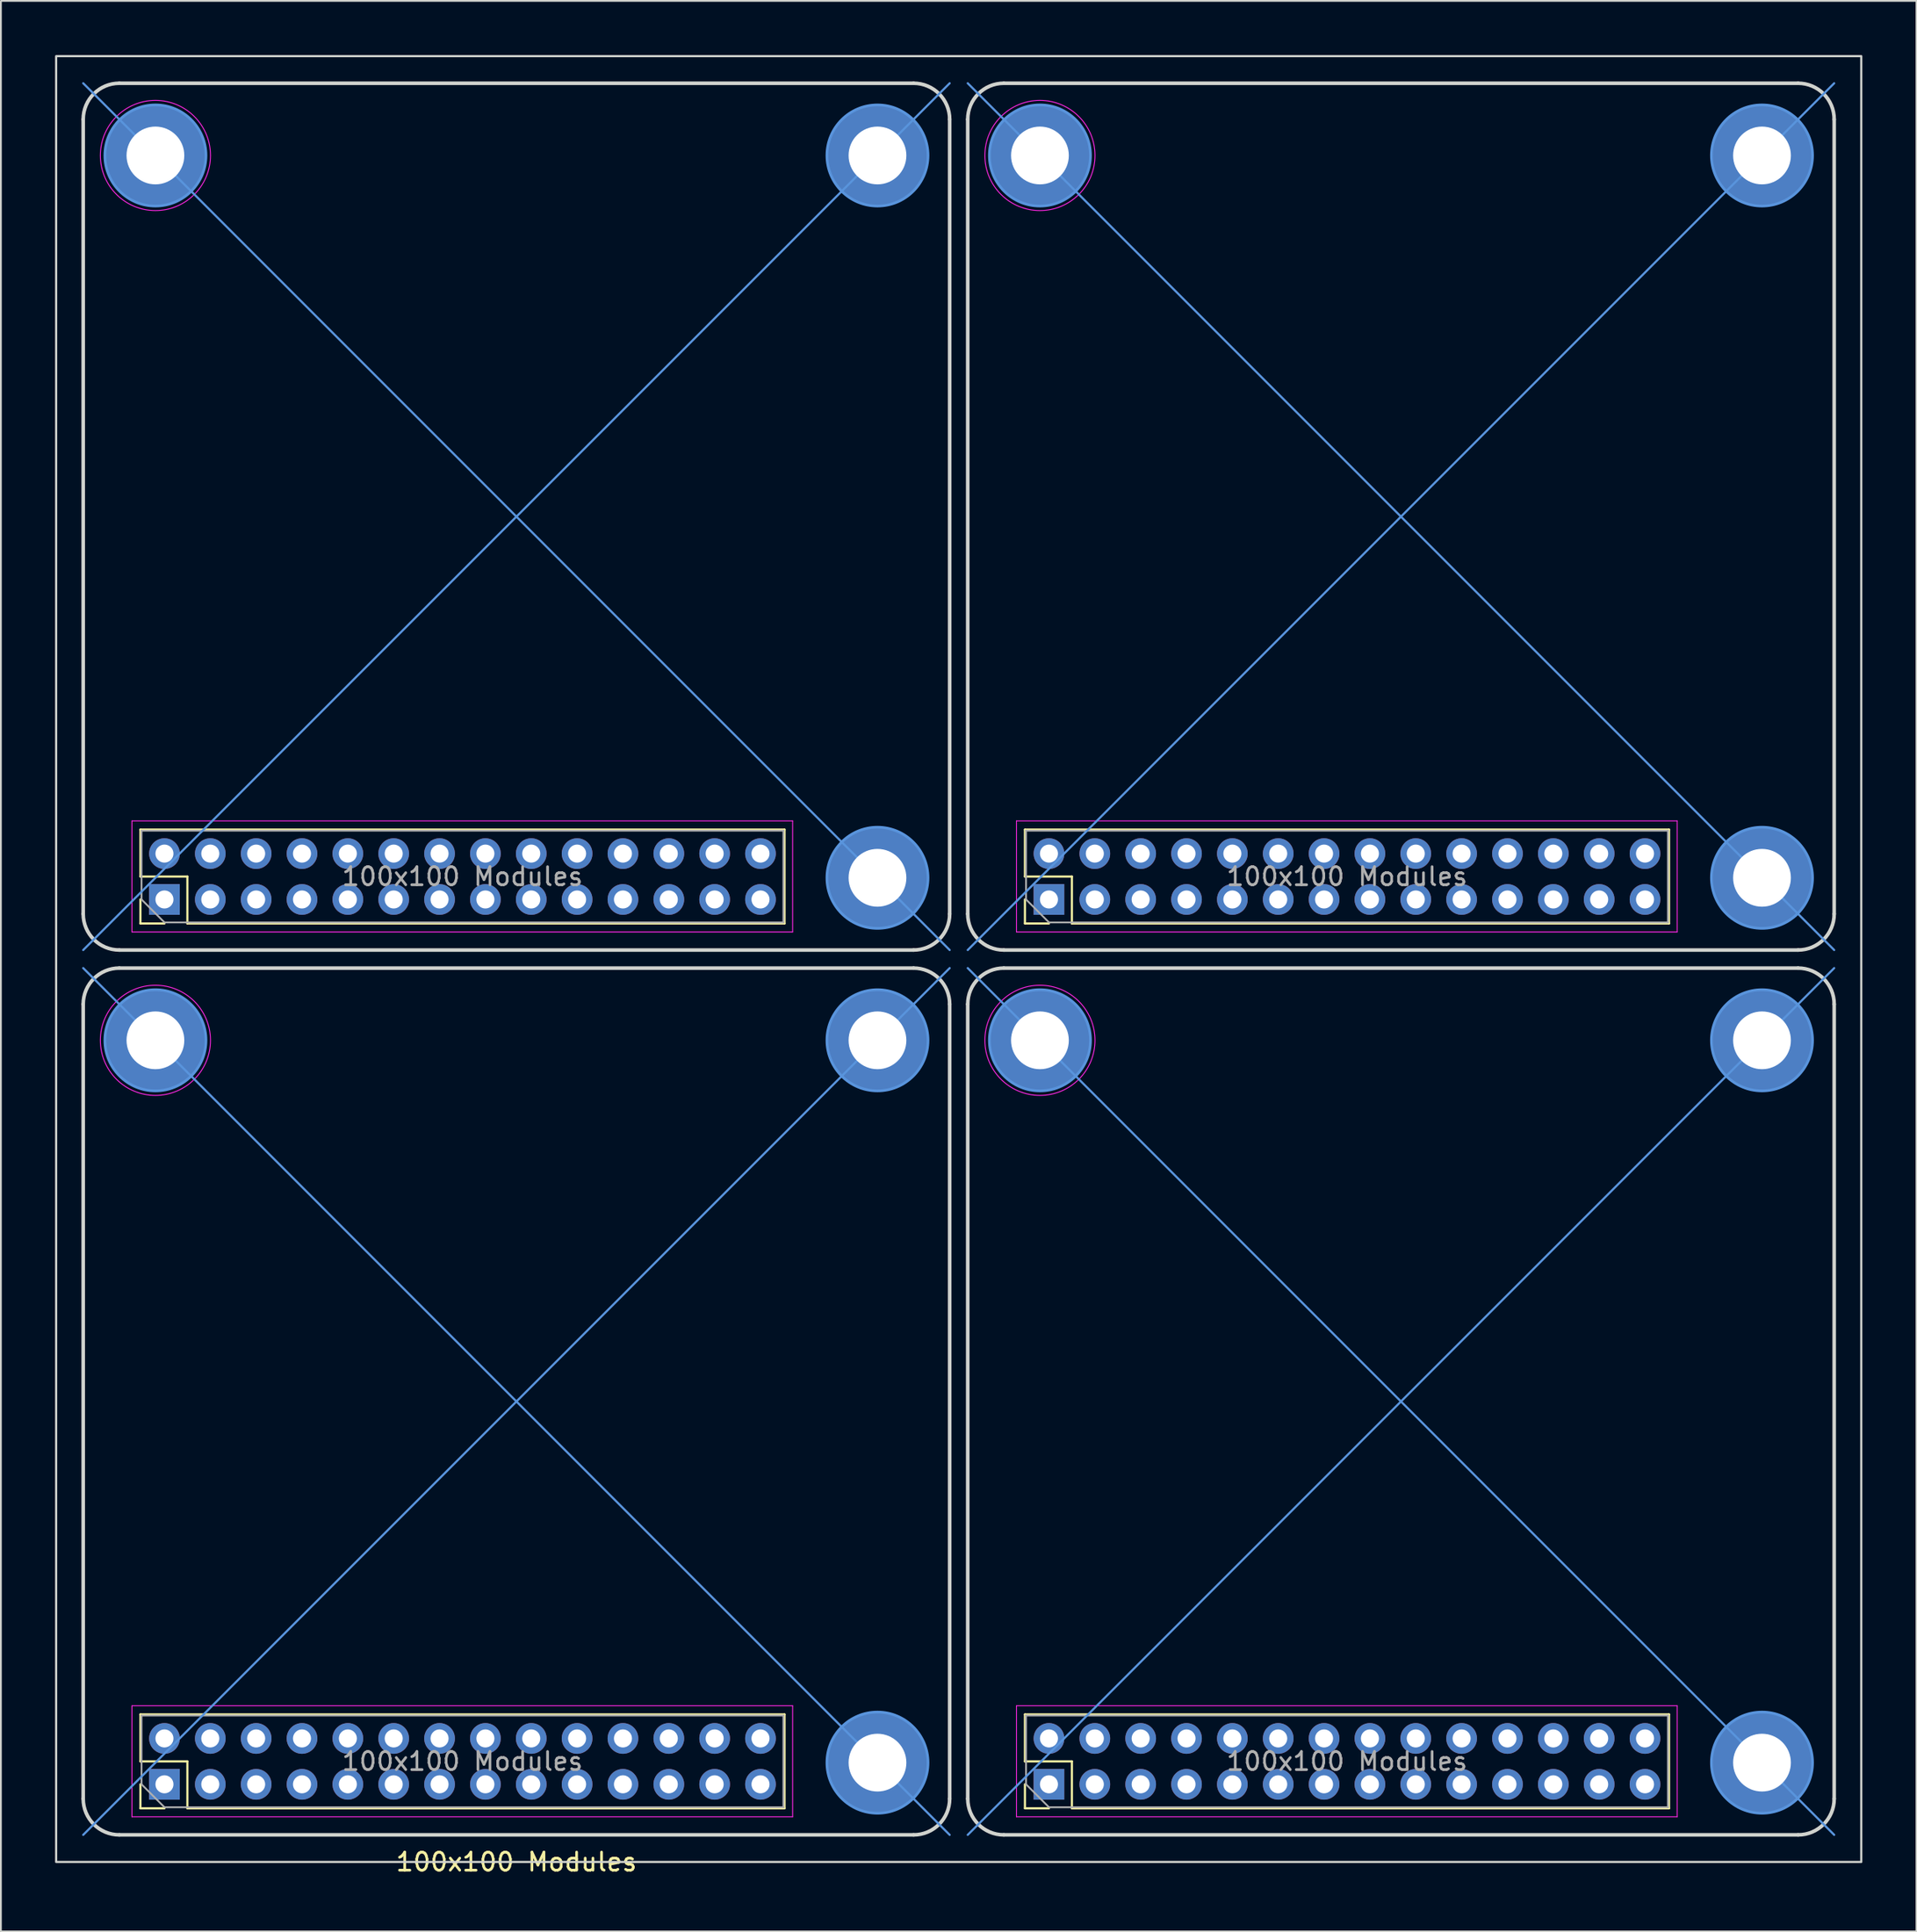
<source format=kicad_pcb>
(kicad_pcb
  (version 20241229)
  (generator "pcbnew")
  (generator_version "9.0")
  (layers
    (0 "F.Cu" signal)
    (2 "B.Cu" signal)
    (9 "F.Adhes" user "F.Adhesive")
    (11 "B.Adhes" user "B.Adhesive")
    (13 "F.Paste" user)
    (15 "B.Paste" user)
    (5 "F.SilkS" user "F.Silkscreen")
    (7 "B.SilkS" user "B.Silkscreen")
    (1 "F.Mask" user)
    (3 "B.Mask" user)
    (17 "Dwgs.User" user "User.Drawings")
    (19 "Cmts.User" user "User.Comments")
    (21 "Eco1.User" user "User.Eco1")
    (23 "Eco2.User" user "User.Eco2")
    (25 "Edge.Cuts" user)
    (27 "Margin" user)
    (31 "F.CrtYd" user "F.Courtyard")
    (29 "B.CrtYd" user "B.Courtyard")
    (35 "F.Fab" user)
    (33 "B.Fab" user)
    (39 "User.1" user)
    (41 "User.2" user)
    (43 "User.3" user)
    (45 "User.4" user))
  (footprint "100x100 Modules"
    (layer "F.Cu")
    (at 25.56 74.56)
    (property "Reference" "100x100 Modules" (at 0 25.5 0) (unlocked yes) (layer "F.SilkS") (effects (font (size 1 1) (thickness 0.15))))
    (fp_line (start -20.83 -31.67) (end 14.85 -31.67) (stroke (width 0.12) (type solid)) (layer "F.SilkS"))
    (fp_line (start -20.83 -29.07) (end -20.83 -31.67) (stroke (width 0.12) (type solid)) (layer "F.SilkS"))
    (fp_line (start -20.83 -26.47) (end -20.83 -27.8) (stroke (width 0.12) (type solid)) (layer "F.SilkS"))
    (fp_line (start -20.83 17.33) (end 14.85 17.33) (stroke (width 0.12) (type solid)) (layer "F.SilkS"))
    (fp_line (start -20.83 19.93) (end -20.83 17.33) (stroke (width 0.12) (type solid)) (layer "F.SilkS"))
    (fp_line (start -20.83 22.53) (end -20.83 21.2) (stroke (width 0.12) (type solid)) (layer "F.SilkS"))
    (fp_line (start -19.5 -26.47) (end -20.83 -26.47) (stroke (width 0.12) (type solid)) (layer "F.SilkS"))
    (fp_line (start -19.5 22.53) (end -20.83 22.53) (stroke (width 0.12) (type solid)) (layer "F.SilkS"))
    (fp_line (start -18.23 -29.07) (end -20.83 -29.07) (stroke (width 0.12) (type solid)) (layer "F.SilkS"))
    (fp_line (start -18.23 -26.47) (end -18.23 -29.07) (stroke (width 0.12) (type solid)) (layer "F.SilkS"))
    (fp_line (start -18.23 -26.47) (end 14.85 -26.47) (stroke (width 0.12) (type solid)) (layer "F.SilkS"))
    (fp_line (start -18.23 19.93) (end -20.83 19.93) (stroke (width 0.12) (type solid)) (layer "F.SilkS"))
    (fp_line (start -18.23 22.53) (end -18.23 19.93) (stroke (width 0.12) (type solid)) (layer "F.SilkS"))
    (fp_line (start -18.23 22.53) (end 14.85 22.53) (stroke (width 0.12) (type solid)) (layer "F.SilkS"))
    (fp_line (start 14.85 -26.47) (end 14.85 -31.67) (stroke (width 0.12) (type solid)) (layer "F.SilkS"))
    (fp_line (start 14.85 22.53) (end 14.85 17.33) (stroke (width 0.12) (type solid)) (layer "F.SilkS"))
    (fp_line (start 28.17 -31.67) (end 63.85 -31.67) (stroke (width 0.12) (type solid)) (layer "F.SilkS"))
    (fp_line (start 28.17 -29.07) (end 28.17 -31.67) (stroke (width 0.12) (type solid)) (layer "F.SilkS"))
    (fp_line (start 28.17 -26.47) (end 28.17 -27.8) (stroke (width 0.12) (type solid)) (layer "F.SilkS"))
    (fp_line (start 28.17 17.33) (end 63.85 17.33) (stroke (width 0.12) (type solid)) (layer "F.SilkS"))
    (fp_line (start 28.17 19.93) (end 28.17 17.33) (stroke (width 0.12) (type solid)) (layer "F.SilkS"))
    (fp_line (start 28.17 22.53) (end 28.17 21.2) (stroke (width 0.12) (type solid)) (layer "F.SilkS"))
    (fp_line (start 29.5 -26.47) (end 28.17 -26.47) (stroke (width 0.12) (type solid)) (layer "F.SilkS"))
    (fp_line (start 29.5 22.53) (end 28.17 22.53) (stroke (width 0.12) (type solid)) (layer "F.SilkS"))
    (fp_line (start 30.77 -29.07) (end 28.17 -29.07) (stroke (width 0.12) (type solid)) (layer "F.SilkS"))
    (fp_line (start 30.77 -26.47) (end 30.77 -29.07) (stroke (width 0.12) (type solid)) (layer "F.SilkS"))
    (fp_line (start 30.77 -26.47) (end 63.85 -26.47) (stroke (width 0.12) (type solid)) (layer "F.SilkS"))
    (fp_line (start 30.77 19.93) (end 28.17 19.93) (stroke (width 0.12) (type solid)) (layer "F.SilkS"))
    (fp_line (start 30.77 22.53) (end 30.77 19.93) (stroke (width 0.12) (type solid)) (layer "F.SilkS"))
    (fp_line (start 30.77 22.53) (end 63.85 22.53) (stroke (width 0.12) (type solid)) (layer "F.SilkS"))
    (fp_line (start 63.85 -26.47) (end 63.85 -31.67) (stroke (width 0.12) (type solid)) (layer "F.SilkS"))
    (fp_line (start 63.85 22.53) (end 63.85 17.33) (stroke (width 0.12) (type solid)) (layer "F.SilkS"))
    (fp_line (start 24 -73) (end -24 -25) (stroke (width 0.12) (type default)) (layer "Cmts.User"))
    (fp_line (start 24 -25) (end -24 -73) (stroke (width 0.12) (type default)) (layer "Cmts.User"))
    (fp_line (start 24 -24) (end -24 24) (stroke (width 0.12) (type default)) (layer "Cmts.User"))
    (fp_line (start 24 24) (end -24 -24) (stroke (width 0.12) (type default)) (layer "Cmts.User"))
    (fp_line (start 73 -73) (end 25 -25) (stroke (width 0.12) (type default)) (layer "Cmts.User"))
    (fp_line (start 73 -25) (end 25 -73) (stroke (width 0.12) (type default)) (layer "Cmts.User"))
    (fp_line (start 73 -24) (end 25 24) (stroke (width 0.12) (type default)) (layer "Cmts.User"))
    (fp_line (start 73 24) (end 25 -24) (stroke (width 0.12) (type default)) (layer "Cmts.User"))
    (fp_circle (center -20 -69) (end -17.2 -69) (stroke (width 0.15) (type solid)) (fill no) (layer "Cmts.User"))
    (fp_circle (center -20 -20) (end -17.2 -20) (stroke (width 0.15) (type solid)) (fill no) (layer "Cmts.User"))
    (fp_circle (center 20 -69) (end 22.8 -69) (stroke (width 0.15) (type solid)) (fill no) (layer "Cmts.User"))
    (fp_circle (center 20 -29) (end 22.8 -29) (stroke (width 0.15) (type solid)) (fill no) (layer "Cmts.User"))
    (fp_circle (center 20 -20) (end 22.8 -20) (stroke (width 0.15) (type solid)) (fill no) (layer "Cmts.User"))
    (fp_circle (center 20 20) (end 22.8 20) (stroke (width 0.15) (type solid)) (fill no) (layer "Cmts.User"))
    (fp_circle (center 29 -69) (end 31.8 -69) (stroke (width 0.15) (type solid)) (fill no) (layer "Cmts.User"))
    (fp_circle (center 29 -20) (end 31.8 -20) (stroke (width 0.15) (type solid)) (fill no) (layer "Cmts.User"))
    (fp_circle (center 69 -69) (end 71.8 -69) (stroke (width 0.15) (type solid)) (fill no) (layer "Cmts.User"))
    (fp_circle (center 69 -29) (end 71.8 -29) (stroke (width 0.15) (type solid)) (fill no) (layer "Cmts.User"))
    (fp_circle (center 69 -20) (end 71.8 -20) (stroke (width 0.15) (type solid)) (fill no) (layer "Cmts.User"))
    (fp_circle (center 69 20) (end 71.8 20) (stroke (width 0.15) (type solid)) (fill no) (layer "Cmts.User"))
    (fp_line (start -24 -27) (end -24 -71) (stroke (width 0.2) (type default)) (layer "Edge.Cuts"))
    (fp_line (start -24 22) (end -24 -22) (stroke (width 0.2) (type default)) (layer "Edge.Cuts"))
    (fp_line (start -22 -73) (end 22 -73) (stroke (width 0.2) (type default)) (layer "Edge.Cuts"))
    (fp_line (start -22 -24) (end 22 -24) (stroke (width 0.2) (type default)) (layer "Edge.Cuts"))
    (fp_line (start 22 -25) (end -22 -25) (stroke (width 0.2) (type default)) (layer "Edge.Cuts"))
    (fp_line (start 22 24) (end -22 24) (stroke (width 0.2) (type default)) (layer "Edge.Cuts"))
    (fp_line (start 24 -27) (end 24 -71) (stroke (width 0.2) (type default)) (layer "Edge.Cuts"))
    (fp_line (start 24 22) (end 24 -22) (stroke (width 0.2) (type default)) (layer "Edge.Cuts"))
    (fp_line (start 25 -27) (end 25 -71) (stroke (width 0.2) (type default)) (layer "Edge.Cuts"))
    (fp_line (start 25 22) (end 25 -22) (stroke (width 0.2) (type default)) (layer "Edge.Cuts"))
    (fp_line (start 27 -73) (end 71 -73) (stroke (width 0.2) (type default)) (layer "Edge.Cuts"))
    (fp_line (start 27 -24) (end 71 -24) (stroke (width 0.2) (type default)) (layer "Edge.Cuts"))
    (fp_line (start 71 -25) (end 27 -25) (stroke (width 0.2) (type default)) (layer "Edge.Cuts"))
    (fp_line (start 71 24) (end 27 24) (stroke (width 0.2) (type default)) (layer "Edge.Cuts"))
    (fp_line (start 73 -27) (end 73 -71) (stroke (width 0.2) (type default)) (layer "Edge.Cuts"))
    (fp_line (start 73 22) (end 73 -22) (stroke (width 0.2) (type default)) (layer "Edge.Cuts"))
    (fp_rect (start -25.5 -74.5) (end 74.5 25.5) (stroke (width 0.12) (type default)) (fill no) (layer "Edge.Cuts"))
    (fp_arc (start -24 -71) (mid -23.414214 -72.414214) (end -22 -73) (stroke (width 0.2) (type default)) (layer "Edge.Cuts"))
    (fp_arc (start -24 -22) (mid -23.414214 -23.414214) (end -22 -24) (stroke (width 0.2) (type default)) (layer "Edge.Cuts"))
    (fp_arc (start -22 -25) (mid -23.414214 -25.585786) (end -24 -27) (stroke (width 0.2) (type default)) (layer "Edge.Cuts"))
    (fp_arc (start -22 24) (mid -23.414214 23.414214) (end -24 22) (stroke (width 0.2) (type default)) (layer "Edge.Cuts"))
    (fp_arc (start 22 -73) (mid 23.414214 -72.414214) (end 24 -71) (stroke (width 0.2) (type default)) (layer "Edge.Cuts"))
    (fp_arc (start 22 -24) (mid 23.414214 -23.414214) (end 24 -22) (stroke (width 0.2) (type default)) (layer "Edge.Cuts"))
    (fp_arc (start 24 -27) (mid 23.414214 -25.585786) (end 22 -25) (stroke (width 0.2) (type default)) (layer "Edge.Cuts"))
    (fp_arc (start 24 22) (mid 23.414214 23.414214) (end 22 24) (stroke (width 0.2) (type default)) (layer "Edge.Cuts"))
    (fp_arc (start 25 -71) (mid 25.585786 -72.414214) (end 27 -73) (stroke (width 0.2) (type default)) (layer "Edge.Cuts"))
    (fp_arc (start 25 -22) (mid 25.585786 -23.414214) (end 27 -24) (stroke (width 0.2) (type default)) (layer "Edge.Cuts"))
    (fp_arc (start 27 -25) (mid 25.585786 -25.585786) (end 25 -27) (stroke (width 0.2) (type default)) (layer "Edge.Cuts"))
    (fp_arc (start 27 24) (mid 25.585786 23.414214) (end 25 22) (stroke (width 0.2) (type default)) (layer "Edge.Cuts"))
    (fp_arc (start 71 -73) (mid 72.414214 -72.414214) (end 73 -71) (stroke (width 0.2) (type default)) (layer "Edge.Cuts"))
    (fp_arc (start 71 -24) (mid 72.414214 -23.414214) (end 73 -22) (stroke (width 0.2) (type default)) (layer "Edge.Cuts"))
    (fp_arc (start 73 -27) (mid 72.414214 -25.585786) (end 71 -25) (stroke (width 0.2) (type default)) (layer "Edge.Cuts"))
    (fp_arc (start 73 22) (mid 72.414214 23.414214) (end 71 24) (stroke (width 0.2) (type default)) (layer "Edge.Cuts"))
    (fp_line (start -21.3 -32.15) (end -21.3 -26) (stroke (width 0.05) (type solid)) (layer "F.CrtYd"))
    (fp_line (start -21.3 -26) (end 15.3 -26) (stroke (width 0.05) (type solid)) (layer "F.CrtYd"))
    (fp_line (start -21.3 16.85) (end -21.3 23) (stroke (width 0.05) (type solid)) (layer "F.CrtYd"))
    (fp_line (start -21.3 23) (end 15.3 23) (stroke (width 0.05) (type solid)) (layer "F.CrtYd"))
    (fp_line (start 15.3 -32.15) (end -21.3 -32.15) (stroke (width 0.05) (type solid)) (layer "F.CrtYd"))
    (fp_line (start 15.3 -26) (end 15.3 -32.15) (stroke (width 0.05) (type solid)) (layer "F.CrtYd"))
    (fp_line (start 15.3 16.85) (end -21.3 16.85) (stroke (width 0.05) (type solid)) (layer "F.CrtYd"))
    (fp_line (start 15.3 23) (end 15.3 16.85) (stroke (width 0.05) (type solid)) (layer "F.CrtYd"))
    (fp_line (start 27.7 -32.15) (end 27.7 -26) (stroke (width 0.05) (type solid)) (layer "F.CrtYd"))
    (fp_line (start 27.7 -26) (end 64.3 -26) (stroke (width 0.05) (type solid)) (layer "F.CrtYd"))
    (fp_line (start 27.7 16.85) (end 27.7 23) (stroke (width 0.05) (type solid)) (layer "F.CrtYd"))
    (fp_line (start 27.7 23) (end 64.3 23) (stroke (width 0.05) (type solid)) (layer "F.CrtYd"))
    (fp_line (start 64.3 -32.15) (end 27.7 -32.15) (stroke (width 0.05) (type solid)) (layer "F.CrtYd"))
    (fp_line (start 64.3 -26) (end 64.3 -32.15) (stroke (width 0.05) (type solid)) (layer "F.CrtYd"))
    (fp_line (start 64.3 16.85) (end 27.7 16.85) (stroke (width 0.05) (type solid)) (layer "F.CrtYd"))
    (fp_line (start 64.3 23) (end 64.3 16.85) (stroke (width 0.05) (type solid)) (layer "F.CrtYd"))
    (fp_circle (center -20 -69) (end -16.95 -69) (stroke (width 0.05) (type solid)) (fill no) (layer "F.CrtYd"))
    (fp_circle (center -20 -20) (end -16.95 -20) (stroke (width 0.05) (type solid)) (fill no) (layer "F.CrtYd"))
    (fp_circle (center 29 -69) (end 32.05 -69) (stroke (width 0.05) (type solid)) (fill no) (layer "F.CrtYd"))
    (fp_circle (center 29 -20) (end 32.05 -20) (stroke (width 0.05) (type solid)) (fill no) (layer "F.CrtYd"))
    (fp_line (start -20.77 -31.61) (end 14.79 -31.61) (stroke (width 0.1) (type solid)) (layer "F.Fab"))
    (fp_line (start -20.77 -27.8) (end -20.77 -31.61) (stroke (width 0.1) (type solid)) (layer "F.Fab"))
    (fp_line (start -20.77 17.39) (end 14.79 17.39) (stroke (width 0.1) (type solid)) (layer "F.Fab"))
    (fp_line (start -20.77 21.2) (end -20.77 17.39) (stroke (width 0.1) (type solid)) (layer "F.Fab"))
    (fp_line (start -19.5 -26.53) (end -20.77 -27.8) (stroke (width 0.1) (type solid)) (layer "F.Fab"))
    (fp_line (start -19.5 22.47) (end -20.77 21.2) (stroke (width 0.1) (type solid)) (layer "F.Fab"))
    (fp_line (start 14.79 -31.61) (end 14.79 -26.53) (stroke (width 0.1) (type solid)) (layer "F.Fab"))
    (fp_line (start 14.79 -26.53) (end -19.5 -26.53) (stroke (width 0.1) (type solid)) (layer "F.Fab"))
    (fp_line (start 14.79 17.39) (end 14.79 22.47) (stroke (width 0.1) (type solid)) (layer "F.Fab"))
    (fp_line (start 14.79 22.47) (end -19.5 22.47) (stroke (width 0.1) (type solid)) (layer "F.Fab"))
    (fp_line (start 28.23 -31.61) (end 63.79 -31.61) (stroke (width 0.1) (type solid)) (layer "F.Fab"))
    (fp_line (start 28.23 -27.8) (end 28.23 -31.61) (stroke (width 0.1) (type solid)) (layer "F.Fab"))
    (fp_line (start 28.23 17.39) (end 63.79 17.39) (stroke (width 0.1) (type solid)) (layer "F.Fab"))
    (fp_line (start 28.23 21.2) (end 28.23 17.39) (stroke (width 0.1) (type solid)) (layer "F.Fab"))
    (fp_line (start 29.5 -26.53) (end 28.23 -27.8) (stroke (width 0.1) (type solid)) (layer "F.Fab"))
    (fp_line (start 29.5 22.47) (end 28.23 21.2) (stroke (width 0.1) (type solid)) (layer "F.Fab"))
    (fp_line (start 63.79 -31.61) (end 63.79 -26.53) (stroke (width 0.1) (type solid)) (layer "F.Fab"))
    (fp_line (start 63.79 -26.53) (end 29.5 -26.53) (stroke (width 0.1) (type solid)) (layer "F.Fab"))
    (fp_line (start 63.79 17.39) (end 63.79 22.47) (stroke (width 0.1) (type solid)) (layer "F.Fab"))
    (fp_line (start 63.79 22.47) (end 29.5 22.47) (stroke (width 0.1) (type solid)) (layer "F.Fab"))
    (fp_text user "${REFERENCE}" (at -2.99 19.93 180) (layer "F.Fab") (effects (font (size 1 1) (thickness 0.15))))
    (fp_text user "${REFERENCE}" (at 46.01 -29.07 180) (layer "F.Fab") (effects (font (size 1 1) (thickness 0.15))))
    (fp_text user "${REFERENCE}" (at 46.01 19.93 180) (layer "F.Fab") (effects (font (size 1 1) (thickness 0.15))))
    (fp_text user "${REFERENCE}" (at -2.99 -29.07 180) (layer "F.Fab") (effects (font (size 1 1) (thickness 0.15))))
    (pad "1" connect circle (at -20 -69) (size 5.6 5.6) (layers "F.Cu" "F.Mask"))
    (pad "1" connect circle (at -20 -69) (size 5.6 5.6) (layers "B.Cu" "B.Mask"))
    (pad "1" connect circle (at -20 -20) (size 5.6 5.6) (layers "F.Cu" "F.Mask"))
    (pad "1" connect circle (at -20 -20) (size 5.6 5.6) (layers "B.Cu" "B.Mask"))
    (pad "1" thru_hole rect (at -19.5 -27.8 90) (size 1.7 1.7) (drill 1) (layers "*.Cu" "*.Mask"))
    (pad "1" thru_hole rect (at -19.5 21.2 90) (size 1.7 1.7) (drill 1) (layers "*.Cu" "*.Mask"))
    (pad "1" connect circle (at 20 -69) (size 5.6 5.6) (layers "F.Cu" "F.Mask"))
    (pad "1" connect circle (at 20 -69) (size 5.6 5.6) (layers "B.Cu" "B.Mask"))
    (pad "1" connect circle (at 20 -29) (size 5.6 5.6) (layers "F.Cu" "F.Mask"))
    (pad "1" connect circle (at 20 -29) (size 5.6 5.6) (layers "B.Cu" "B.Mask"))
    (pad "1" connect circle (at 20 -20) (size 5.6 5.6) (layers "F.Cu" "F.Mask"))
    (pad "1" connect circle (at 20 -20) (size 5.6 5.6) (layers "B.Cu" "B.Mask"))
    (pad "1" connect circle (at 20 20) (size 5.6 5.6) (layers "F.Cu" "F.Mask"))
    (pad "1" connect circle (at 20 20) (size 5.6 5.6) (layers "B.Cu" "B.Mask"))
    (pad "1" connect circle (at 29 -69) (size 5.6 5.6) (layers "F.Cu" "F.Mask"))
    (pad "1" connect circle (at 29 -69) (size 5.6 5.6) (layers "B.Cu" "B.Mask"))
    (pad "1" connect circle (at 29 -20) (size 5.6 5.6) (layers "F.Cu" "F.Mask"))
    (pad "1" connect circle (at 29 -20) (size 5.6 5.6) (layers "B.Cu" "B.Mask"))
    (pad "1" thru_hole rect (at 29.5 -27.8 90) (size 1.7 1.7) (drill 1) (layers "*.Cu" "*.Mask"))
    (pad "1" thru_hole rect (at 29.5 21.2 90) (size 1.7 1.7) (drill 1) (layers "*.Cu" "*.Mask"))
    (pad "1" connect circle (at 69 -69) (size 5.6 5.6) (layers "F.Cu" "F.Mask"))
    (pad "1" connect circle (at 69 -69) (size 5.6 5.6) (layers "B.Cu" "B.Mask"))
    (pad "1" connect circle (at 69 -29) (size 5.6 5.6) (layers "F.Cu" "F.Mask"))
    (pad "1" connect circle (at 69 -29) (size 5.6 5.6) (layers "B.Cu" "B.Mask"))
    (pad "1" connect circle (at 69 -20) (size 5.6 5.6) (layers "F.Cu" "F.Mask"))
    (pad "1" connect circle (at 69 -20) (size 5.6 5.6) (layers "B.Cu" "B.Mask"))
    (pad "1" connect circle (at 69 20) (size 5.6 5.6) (layers "F.Cu" "F.Mask"))
    (pad "1" connect circle (at 69 20) (size 5.6 5.6) (layers "B.Cu" "B.Mask"))
    (pad "2" thru_hole oval (at -19.5 -30.34 90) (size 1.7 1.7) (drill 1) (layers "*.Cu" "*.Mask"))
    (pad "2" thru_hole oval (at -19.5 18.66 90) (size 1.7 1.7) (drill 1) (layers "*.Cu" "*.Mask"))
    (pad "2" thru_hole oval (at 29.5 -30.34 90) (size 1.7 1.7) (drill 1) (layers "*.Cu" "*.Mask"))
    (pad "2" thru_hole oval (at 29.5 18.66 90) (size 1.7 1.7) (drill 1) (layers "*.Cu" "*.Mask"))
    (pad "3" thru_hole oval (at -16.96 -27.8 90) (size 1.7 1.7) (drill 1) (layers "*.Cu" "*.Mask"))
    (pad "3" thru_hole oval (at -16.96 21.2 90) (size 1.7 1.7) (drill 1) (layers "*.Cu" "*.Mask"))
    (pad "3" thru_hole oval (at 32.04 -27.8 90) (size 1.7 1.7) (drill 1) (layers "*.Cu" "*.Mask"))
    (pad "3" thru_hole oval (at 32.04 21.2 90) (size 1.7 1.7) (drill 1) (layers "*.Cu" "*.Mask"))
    (pad "4" thru_hole oval (at -16.96 -30.34 90) (size 1.7 1.7) (drill 1) (layers "*.Cu" "*.Mask"))
    (pad "4" thru_hole oval (at -16.96 18.66 90) (size 1.7 1.7) (drill 1) (layers "*.Cu" "*.Mask"))
    (pad "4" thru_hole oval (at 32.04 -30.34 90) (size 1.7 1.7) (drill 1) (layers "*.Cu" "*.Mask"))
    (pad "4" thru_hole oval (at 32.04 18.66 90) (size 1.7 1.7) (drill 1) (layers "*.Cu" "*.Mask"))
    (pad "5" thru_hole oval (at -14.42 -27.8 90) (size 1.7 1.7) (drill 1) (layers "*.Cu" "*.Mask"))
    (pad "5" thru_hole oval (at -14.42 21.2 90) (size 1.7 1.7) (drill 1) (layers "*.Cu" "*.Mask"))
    (pad "5" thru_hole oval (at 34.58 -27.8 90) (size 1.7 1.7) (drill 1) (layers "*.Cu" "*.Mask"))
    (pad "5" thru_hole oval (at 34.58 21.2 90) (size 1.7 1.7) (drill 1) (layers "*.Cu" "*.Mask"))
    (pad "6" thru_hole oval (at -14.42 -30.34 90) (size 1.7 1.7) (drill 1) (layers "*.Cu" "*.Mask"))
    (pad "6" thru_hole oval (at -14.42 18.66 90) (size 1.7 1.7) (drill 1) (layers "*.Cu" "*.Mask"))
    (pad "6" thru_hole oval (at 34.58 -30.34 90) (size 1.7 1.7) (drill 1) (layers "*.Cu" "*.Mask"))
    (pad "6" thru_hole oval (at 34.58 18.66 90) (size 1.7 1.7) (drill 1) (layers "*.Cu" "*.Mask"))
    (pad "7" thru_hole oval (at -11.88 -27.8 90) (size 1.7 1.7) (drill 1) (layers "*.Cu" "*.Mask"))
    (pad "7" thru_hole oval (at -11.88 21.2 90) (size 1.7 1.7) (drill 1) (layers "*.Cu" "*.Mask"))
    (pad "7" thru_hole oval (at 37.12 -27.8 90) (size 1.7 1.7) (drill 1) (layers "*.Cu" "*.Mask"))
    (pad "7" thru_hole oval (at 37.12 21.2 90) (size 1.7 1.7) (drill 1) (layers "*.Cu" "*.Mask"))
    (pad "8" thru_hole oval (at -11.88 -30.34 90) (size 1.7 1.7) (drill 1) (layers "*.Cu" "*.Mask"))
    (pad "8" thru_hole oval (at -11.88 18.66 90) (size 1.7 1.7) (drill 1) (layers "*.Cu" "*.Mask"))
    (pad "8" thru_hole oval (at 37.12 -30.34 90) (size 1.7 1.7) (drill 1) (layers "*.Cu" "*.Mask"))
    (pad "8" thru_hole oval (at 37.12 18.66 90) (size 1.7 1.7) (drill 1) (layers "*.Cu" "*.Mask"))
    (pad "9" thru_hole oval (at -9.34 -27.8 90) (size 1.7 1.7) (drill 1) (layers "*.Cu" "*.Mask"))
    (pad "9" thru_hole oval (at -9.34 21.2 90) (size 1.7 1.7) (drill 1) (layers "*.Cu" "*.Mask"))
    (pad "9" thru_hole oval (at 39.66 -27.8 90) (size 1.7 1.7) (drill 1) (layers "*.Cu" "*.Mask"))
    (pad "9" thru_hole oval (at 39.66 21.2 90) (size 1.7 1.7) (drill 1) (layers "*.Cu" "*.Mask"))
    (pad "10" thru_hole oval (at -9.34 -30.34 90) (size 1.7 1.7) (drill 1) (layers "*.Cu" "*.Mask"))
    (pad "10" thru_hole oval (at -9.34 18.66 90) (size 1.7 1.7) (drill 1) (layers "*.Cu" "*.Mask"))
    (pad "10" thru_hole oval (at 39.66 -30.34 90) (size 1.7 1.7) (drill 1) (layers "*.Cu" "*.Mask"))
    (pad "10" thru_hole oval (at 39.66 18.66 90) (size 1.7 1.7) (drill 1) (layers "*.Cu" "*.Mask"))
    (pad "11" thru_hole oval (at -6.8 -27.8 90) (size 1.7 1.7) (drill 1) (layers "*.Cu" "*.Mask"))
    (pad "11" thru_hole oval (at -6.8 21.2 90) (size 1.7 1.7) (drill 1) (layers "*.Cu" "*.Mask"))
    (pad "11" thru_hole oval (at 42.2 -27.8 90) (size 1.7 1.7) (drill 1) (layers "*.Cu" "*.Mask"))
    (pad "11" thru_hole oval (at 42.2 21.2 90) (size 1.7 1.7) (drill 1) (layers "*.Cu" "*.Mask"))
    (pad "12" thru_hole oval (at -6.8 -30.34 90) (size 1.7 1.7) (drill 1) (layers "*.Cu" "*.Mask"))
    (pad "12" thru_hole oval (at -6.8 18.66 90) (size 1.7 1.7) (drill 1) (layers "*.Cu" "*.Mask"))
    (pad "12" thru_hole oval (at 42.2 -30.34 90) (size 1.7 1.7) (drill 1) (layers "*.Cu" "*.Mask"))
    (pad "12" thru_hole oval (at 42.2 18.66 90) (size 1.7 1.7) (drill 1) (layers "*.Cu" "*.Mask"))
    (pad "13" thru_hole oval (at -4.26 -27.8 90) (size 1.7 1.7) (drill 1) (layers "*.Cu" "*.Mask"))
    (pad "13" thru_hole oval (at -4.26 21.2 90) (size 1.7 1.7) (drill 1) (layers "*.Cu" "*.Mask"))
    (pad "13" thru_hole oval (at 44.74 -27.8 90) (size 1.7 1.7) (drill 1) (layers "*.Cu" "*.Mask"))
    (pad "13" thru_hole oval (at 44.74 21.2 90) (size 1.7 1.7) (drill 1) (layers "*.Cu" "*.Mask"))
    (pad "14" thru_hole oval (at -4.26 -30.34 90) (size 1.7 1.7) (drill 1) (layers "*.Cu" "*.Mask"))
    (pad "14" thru_hole oval (at -4.26 18.66 90) (size 1.7 1.7) (drill 1) (layers "*.Cu" "*.Mask"))
    (pad "14" thru_hole oval (at 44.74 -30.34 90) (size 1.7 1.7) (drill 1) (layers "*.Cu" "*.Mask"))
    (pad "14" thru_hole oval (at 44.74 18.66 90) (size 1.7 1.7) (drill 1) (layers "*.Cu" "*.Mask"))
    (pad "15" thru_hole oval (at -1.72 -27.8 90) (size 1.7 1.7) (drill 1) (layers "*.Cu" "*.Mask"))
    (pad "15" thru_hole oval (at -1.72 21.2 90) (size 1.7 1.7) (drill 1) (layers "*.Cu" "*.Mask"))
    (pad "15" thru_hole oval (at 47.28 -27.8 90) (size 1.7 1.7) (drill 1) (layers "*.Cu" "*.Mask"))
    (pad "15" thru_hole oval (at 47.28 21.2 90) (size 1.7 1.7) (drill 1) (layers "*.Cu" "*.Mask"))
    (pad "16" thru_hole oval (at -1.72 -30.34 90) (size 1.7 1.7) (drill 1) (layers "*.Cu" "*.Mask"))
    (pad "16" thru_hole oval (at -1.72 18.66 90) (size 1.7 1.7) (drill 1) (layers "*.Cu" "*.Mask"))
    (pad "16" thru_hole oval (at 47.28 -30.34 90) (size 1.7 1.7) (drill 1) (layers "*.Cu" "*.Mask"))
    (pad "16" thru_hole oval (at 47.28 18.66 90) (size 1.7 1.7) (drill 1) (layers "*.Cu" "*.Mask"))
    (pad "17" thru_hole oval (at 0.82 -27.8 90) (size 1.7 1.7) (drill 1) (layers "*.Cu" "*.Mask"))
    (pad "17" thru_hole oval (at 0.82 21.2 90) (size 1.7 1.7) (drill 1) (layers "*.Cu" "*.Mask"))
    (pad "17" thru_hole oval (at 49.82 -27.8 90) (size 1.7 1.7) (drill 1) (layers "*.Cu" "*.Mask"))
    (pad "17" thru_hole oval (at 49.82 21.2 90) (size 1.7 1.7) (drill 1) (layers "*.Cu" "*.Mask"))
    (pad "18" thru_hole oval (at 0.82 -30.34 90) (size 1.7 1.7) (drill 1) (layers "*.Cu" "*.Mask"))
    (pad "18" thru_hole oval (at 0.82 18.66 90) (size 1.7 1.7) (drill 1) (layers "*.Cu" "*.Mask"))
    (pad "18" thru_hole oval (at 49.82 -30.34 90) (size 1.7 1.7) (drill 1) (layers "*.Cu" "*.Mask"))
    (pad "18" thru_hole oval (at 49.82 18.66 90) (size 1.7 1.7) (drill 1) (layers "*.Cu" "*.Mask"))
    (pad "19" thru_hole oval (at 3.36 -27.8 90) (size 1.7 1.7) (drill 1) (layers "*.Cu" "*.Mask"))
    (pad "19" thru_hole oval (at 3.36 21.2 90) (size 1.7 1.7) (drill 1) (layers "*.Cu" "*.Mask"))
    (pad "19" thru_hole oval (at 52.36 -27.8 90) (size 1.7 1.7) (drill 1) (layers "*.Cu" "*.Mask"))
    (pad "19" thru_hole oval (at 52.36 21.2 90) (size 1.7 1.7) (drill 1) (layers "*.Cu" "*.Mask"))
    (pad "20" thru_hole oval (at 3.36 -30.34 90) (size 1.7 1.7) (drill 1) (layers "*.Cu" "*.Mask"))
    (pad "20" thru_hole oval (at 3.36 18.66 90) (size 1.7 1.7) (drill 1) (layers "*.Cu" "*.Mask"))
    (pad "20" thru_hole oval (at 52.36 -30.34 90) (size 1.7 1.7) (drill 1) (layers "*.Cu" "*.Mask"))
    (pad "20" thru_hole oval (at 52.36 18.66 90) (size 1.7 1.7) (drill 1) (layers "*.Cu" "*.Mask"))
    (pad "21" thru_hole oval (at 5.9 -27.8 90) (size 1.7 1.7) (drill 1) (layers "*.Cu" "*.Mask"))
    (pad "21" thru_hole oval (at 5.9 21.2 90) (size 1.7 1.7) (drill 1) (layers "*.Cu" "*.Mask"))
    (pad "21" thru_hole oval (at 54.9 -27.8 90) (size 1.7 1.7) (drill 1) (layers "*.Cu" "*.Mask"))
    (pad "21" thru_hole oval (at 54.9 21.2 90) (size 1.7 1.7) (drill 1) (layers "*.Cu" "*.Mask"))
    (pad "22" thru_hole oval (at 5.9 -30.34 90) (size 1.7 1.7) (drill 1) (layers "*.Cu" "*.Mask"))
    (pad "22" thru_hole oval (at 5.9 18.66 90) (size 1.7 1.7) (drill 1) (layers "*.Cu" "*.Mask"))
    (pad "22" thru_hole oval (at 54.9 -30.34 90) (size 1.7 1.7) (drill 1) (layers "*.Cu" "*.Mask"))
    (pad "22" thru_hole oval (at 54.9 18.66 90) (size 1.7 1.7) (drill 1) (layers "*.Cu" "*.Mask"))
    (pad "23" thru_hole oval (at 8.44 -27.8 90) (size 1.7 1.7) (drill 1) (layers "*.Cu" "*.Mask"))
    (pad "23" thru_hole oval (at 8.44 21.2 90) (size 1.7 1.7) (drill 1) (layers "*.Cu" "*.Mask"))
    (pad "23" thru_hole oval (at 57.44 -27.8 90) (size 1.7 1.7) (drill 1) (layers "*.Cu" "*.Mask"))
    (pad "23" thru_hole oval (at 57.44 21.2 90) (size 1.7 1.7) (drill 1) (layers "*.Cu" "*.Mask"))
    (pad "24" thru_hole oval (at 8.44 -30.34 90) (size 1.7 1.7) (drill 1) (layers "*.Cu" "*.Mask"))
    (pad "24" thru_hole oval (at 8.44 18.66 90) (size 1.7 1.7) (drill 1) (layers "*.Cu" "*.Mask"))
    (pad "24" thru_hole oval (at 57.44 -30.34 90) (size 1.7 1.7) (drill 1) (layers "*.Cu" "*.Mask"))
    (pad "24" thru_hole oval (at 57.44 18.66 90) (size 1.7 1.7) (drill 1) (layers "*.Cu" "*.Mask"))
    (pad "25" thru_hole oval (at 10.98 -27.8 90) (size 1.7 1.7) (drill 1) (layers "*.Cu" "*.Mask"))
    (pad "25" thru_hole oval (at 10.98 21.2 90) (size 1.7 1.7) (drill 1) (layers "*.Cu" "*.Mask"))
    (pad "25" thru_hole oval (at 59.98 -27.8 90) (size 1.7 1.7) (drill 1) (layers "*.Cu" "*.Mask"))
    (pad "25" thru_hole oval (at 59.98 21.2 90) (size 1.7 1.7) (drill 1) (layers "*.Cu" "*.Mask"))
    (pad "26" thru_hole oval (at 10.98 -30.34 90) (size 1.7 1.7) (drill 1) (layers "*.Cu" "*.Mask"))
    (pad "26" thru_hole oval (at 10.98 18.66 90) (size 1.7 1.7) (drill 1) (layers "*.Cu" "*.Mask"))
    (pad "26" thru_hole oval (at 59.98 -30.34 90) (size 1.7 1.7) (drill 1) (layers "*.Cu" "*.Mask"))
    (pad "26" thru_hole oval (at 59.98 18.66 90) (size 1.7 1.7) (drill 1) (layers "*.Cu" "*.Mask"))
    (pad "27" thru_hole oval (at 13.52 -27.8 90) (size 1.7 1.7) (drill 1) (layers "*.Cu" "*.Mask"))
    (pad "27" thru_hole oval (at 13.52 21.2 90) (size 1.7 1.7) (drill 1) (layers "*.Cu" "*.Mask"))
    (pad "27" thru_hole oval (at 62.52 -27.8 90) (size 1.7 1.7) (drill 1) (layers "*.Cu" "*.Mask"))
    (pad "27" thru_hole oval (at 62.52 21.2 90) (size 1.7 1.7) (drill 1) (layers "*.Cu" "*.Mask"))
    (pad "28" thru_hole oval (at 13.52 -30.34 90) (size 1.7 1.7) (drill 1) (layers "*.Cu" "*.Mask"))
    (pad "28" thru_hole oval (at 13.52 18.66 90) (size 1.7 1.7) (drill 1) (layers "*.Cu" "*.Mask"))
    (pad "28" thru_hole oval (at 62.52 -30.34 90) (size 1.7 1.7) (drill 1) (layers "*.Cu" "*.Mask"))
    (pad "28" thru_hole oval (at 62.52 18.66 90) (size 1.7 1.7) (drill 1) (layers "*.Cu" "*.Mask"))
    (pad "M" thru_hole circle (at -20 -69) (size 3.6 3.6) (drill 3.2) (layers "*.Cu" "*.Mask"))
    (pad "M" thru_hole circle (at -20 -20) (size 3.6 3.6) (drill 3.2) (layers "*.Cu" "*.Mask"))
    (pad "M" thru_hole circle (at 20 -69) (size 3.6 3.6) (drill 3.2) (layers "*.Cu" "*.Mask"))
    (pad "M" thru_hole circle (at 20 -29) (size 3.6 3.6) (drill 3.2) (layers "*.Cu" "*.Mask"))
    (pad "M" thru_hole circle (at 20 -20) (size 3.6 3.6) (drill 3.2) (layers "*.Cu" "*.Mask"))
    (pad "M" thru_hole circle (at 20 20) (size 3.6 3.6) (drill 3.2) (layers "*.Cu" "*.Mask"))
    (pad "M" thru_hole circle (at 29 -69) (size 3.6 3.6) (drill 3.2) (layers "*.Cu" "*.Mask"))
    (pad "M" thru_hole circle (at 29 -20) (size 3.6 3.6) (drill 3.2) (layers "*.Cu" "*.Mask"))
    (pad "M" thru_hole circle (at 69 -69) (size 3.6 3.6) (drill 3.2) (layers "*.Cu" "*.Mask"))
    (pad "M" thru_hole circle (at 69 -29) (size 3.6 3.6) (drill 3.2) (layers "*.Cu" "*.Mask"))
    (pad "M" thru_hole circle (at 69 -20) (size 3.6 3.6) (drill 3.2) (layers "*.Cu" "*.Mask"))
    (pad "M" thru_hole circle (at 69 20) (size 3.6 3.6) (drill 3.2) (layers "*.Cu" "*.Mask")))
  (gr_rect
    (start -3 -3)
    (end 103.12 103.908)
    (stroke (width 0.1) (type default))
    (fill no)
    (layer "Edge.Cuts")))
</source>
